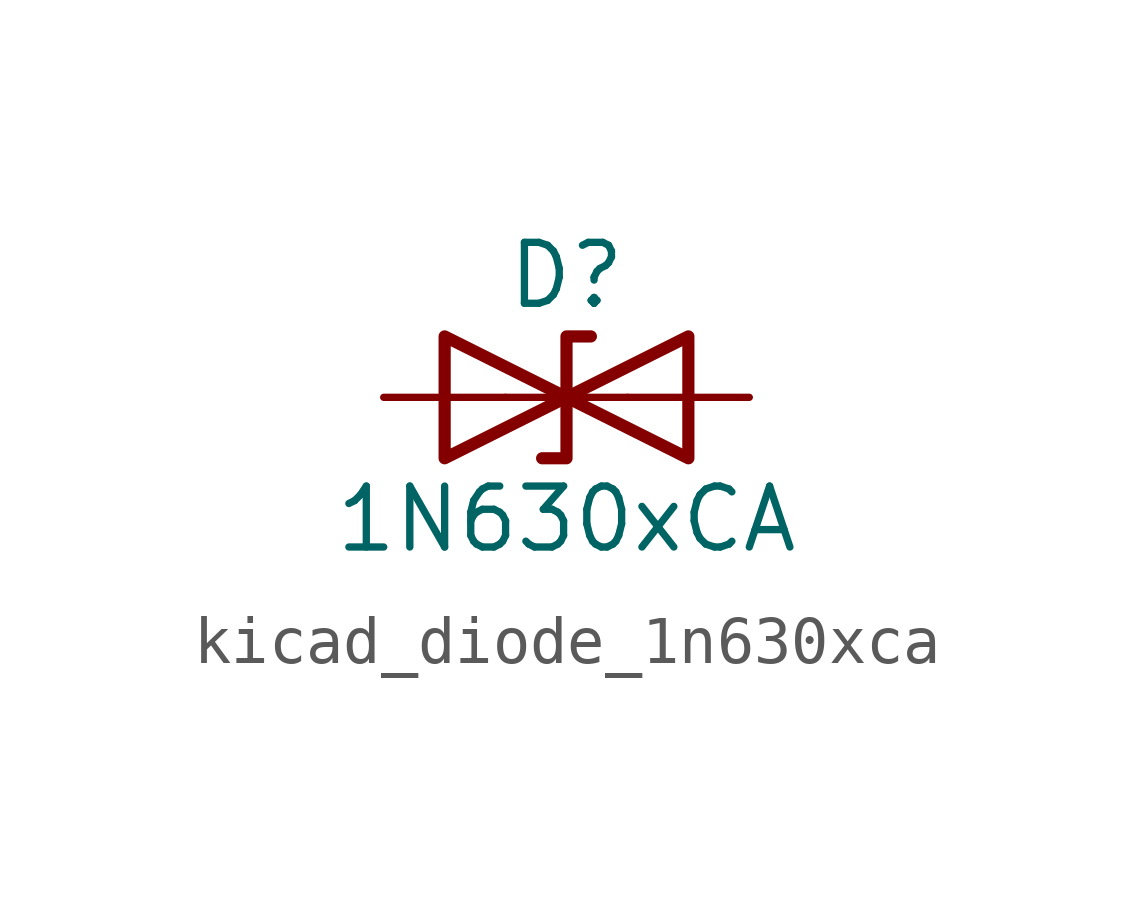
<source format=kicad_sym>
(kicad_symbol_lib
  (version 20220914)
  (generator kicad_symbol_editor)
  (symbol "kicad_diode_1n630xca"
    (pin_numbers hide)
    (pin_names
      (offset 1.016) hide)
    (property "Reference" "D"
      (at 0 2.54 0)
      (effects (font (size 1.27 1.27))))
    (property "Value" "1N630xCA"
      (at 0 -2.54 0)
      (effects (font (size 1.27 1.27))))
    (symbol "kicad_diode_1n630xca_0_1"
      (polyline (pts (xy 1.27 0) (xy -1.27 0)) (stroke (width 0) (type default)) (fill (type none)))
      (polyline (pts (xy -2.54 -1.27) (xy 0 0) (xy -2.54 1.27) (xy -2.54 -1.27)) (stroke (width 0.254) (type default)) (fill (type none)))
      (polyline (pts (xy 0.508 1.27) (xy 0 1.27) (xy 0 -1.27) (xy -0.508 -1.27)) (stroke (width 0.254) (type default)) (fill (type none)))
      (polyline (pts (xy 2.54 1.27) (xy 2.54 -1.27) (xy 0 0) (xy 2.54 1.27)) (stroke (width 0.254) (type default)) (fill (type none))))
    (symbol "kicad_diode_1n630xca_1_1"
      (pin passive line (at -3.81 0 0) (length 2.54) (name "A1" (effects (font (size 1.27 1.27)))) (number "1" (effects (font (size 1.27 1.27)))))
      (pin passive line (at 3.81 0 180) (length 2.54) (name "A2" (effects (font (size 1.27 1.27)))) (number "2" (effects (font (size 1.27 1.27))))))))
</source>
